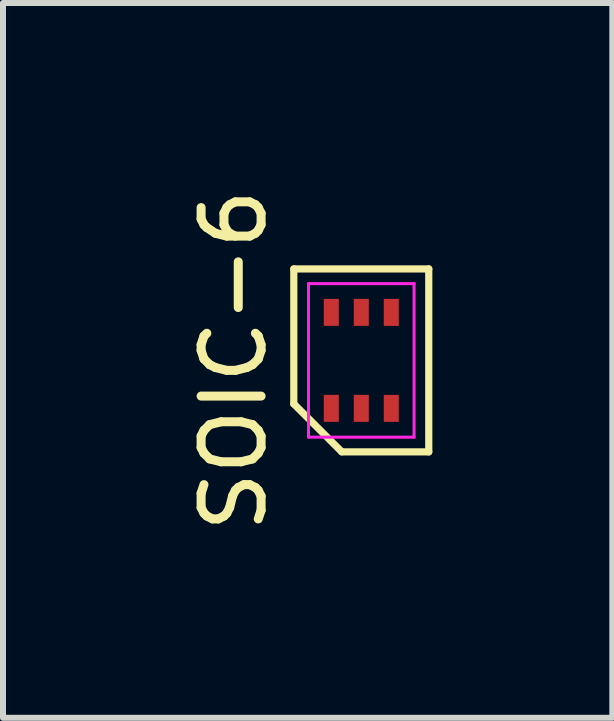
<source format=kicad_pcb>
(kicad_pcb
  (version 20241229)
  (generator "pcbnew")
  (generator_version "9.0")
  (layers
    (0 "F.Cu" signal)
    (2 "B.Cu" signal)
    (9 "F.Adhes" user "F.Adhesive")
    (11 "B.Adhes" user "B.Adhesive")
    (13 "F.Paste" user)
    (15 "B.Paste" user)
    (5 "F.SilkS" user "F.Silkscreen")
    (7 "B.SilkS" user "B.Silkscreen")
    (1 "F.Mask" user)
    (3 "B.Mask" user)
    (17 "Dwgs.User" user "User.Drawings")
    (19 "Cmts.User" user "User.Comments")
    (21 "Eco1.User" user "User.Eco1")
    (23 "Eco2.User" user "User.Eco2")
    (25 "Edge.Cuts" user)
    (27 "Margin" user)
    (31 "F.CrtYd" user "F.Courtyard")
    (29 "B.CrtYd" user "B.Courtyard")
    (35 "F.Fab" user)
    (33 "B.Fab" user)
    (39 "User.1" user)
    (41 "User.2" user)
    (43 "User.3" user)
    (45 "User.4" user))
  (footprint "SOIC-6"
    (layer "F.Cu")
    (at 2.973 2.958)
    (property "Reference" "SOIC-6" (at -2.125 0 90) (layer "F.SilkS") (effects (font (size 1 1) (thickness 0.15))))
    (attr smd)
    (fp_line (start -1.125 -1.525) (end 1.125 -1.525) (stroke (width 0.12) (type solid)) (layer "F.SilkS"))
    (fp_line (start -1.125 0.725) (end -1.125 -1.525) (stroke (width 0.12) (type solid)) (layer "F.SilkS"))
    (fp_line (start -0.325 1.525) (end -1.125 0.725) (stroke (width 0.12) (type solid)) (layer "F.SilkS"))
    (fp_line (start 1.125 -1.525) (end 1.125 1.525) (stroke (width 0.12) (type solid)) (layer "F.SilkS"))
    (fp_line (start 1.125 1.525) (end -0.325 1.525) (stroke (width 0.12) (type solid)) (layer "F.SilkS"))
    (fp_line (start -0.88 -1.28) (end 0.88 -1.28) (stroke (width 0.05) (type solid)) (layer "F.CrtYd"))
    (fp_line (start -0.88 1.28) (end -0.88 -1.28) (stroke (width 0.05) (type solid)) (layer "F.CrtYd"))
    (fp_line (start 0.88 -1.28) (end 0.88 1.28) (stroke (width 0.05) (type solid)) (layer "F.CrtYd"))
    (fp_line (start 0.88 1.28) (end -0.88 1.28) (stroke (width 0.05) (type solid)) (layer "F.CrtYd"))
    (pad "1" smd rect (at -0.5 0.8) (size 0.25 0.45) (layers "F.Cu" "F.Mask" "F.Paste"))
    (pad "2" smd rect (at 0 0.8) (size 0.25 0.45) (layers "F.Cu" "F.Mask" "F.Paste"))
    (pad "3" smd rect (at 0.5 0.8) (size 0.25 0.45) (layers "F.Cu" "F.Mask" "F.Paste"))
    (pad "4" smd rect (at 0.5 -0.8) (size 0.25 0.45) (layers "F.Cu" "F.Mask" "F.Paste"))
    (pad "5" smd rect (at 0 -0.8) (size 0.25 0.45) (layers "F.Cu" "F.Mask" "F.Paste"))
    (pad "6" smd rect (at -0.5 -0.8) (size 0.25 0.45) (layers "F.Cu" "F.Mask" "F.Paste")))
  (gr_rect
    (start -3 -3)
    (end 7.158 8.917)
    (stroke (width 0.1) (type default))
    (fill no)
    (layer "Edge.Cuts")))
</source>
